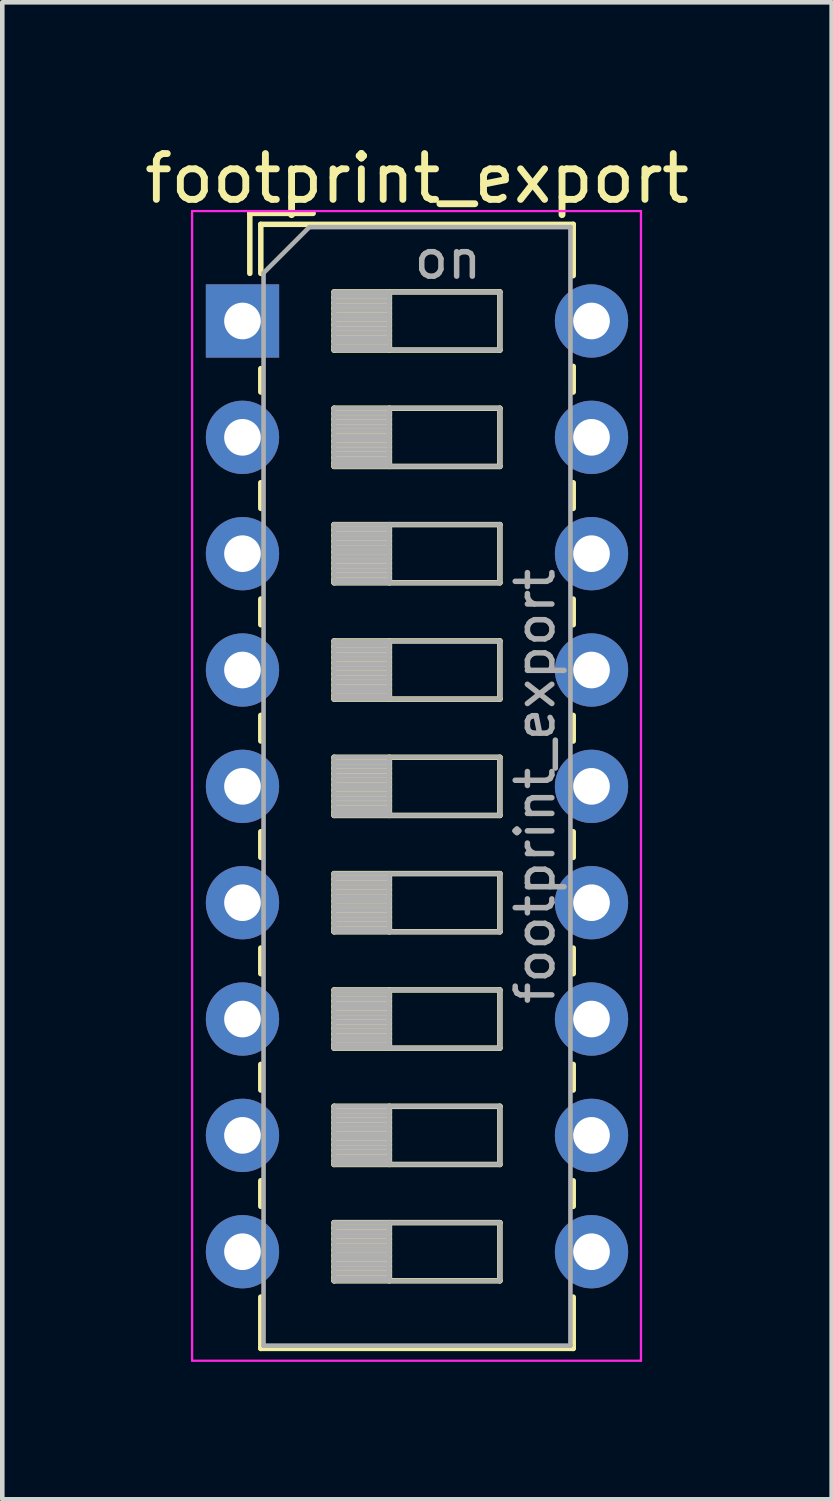
<source format=kicad_pcb>
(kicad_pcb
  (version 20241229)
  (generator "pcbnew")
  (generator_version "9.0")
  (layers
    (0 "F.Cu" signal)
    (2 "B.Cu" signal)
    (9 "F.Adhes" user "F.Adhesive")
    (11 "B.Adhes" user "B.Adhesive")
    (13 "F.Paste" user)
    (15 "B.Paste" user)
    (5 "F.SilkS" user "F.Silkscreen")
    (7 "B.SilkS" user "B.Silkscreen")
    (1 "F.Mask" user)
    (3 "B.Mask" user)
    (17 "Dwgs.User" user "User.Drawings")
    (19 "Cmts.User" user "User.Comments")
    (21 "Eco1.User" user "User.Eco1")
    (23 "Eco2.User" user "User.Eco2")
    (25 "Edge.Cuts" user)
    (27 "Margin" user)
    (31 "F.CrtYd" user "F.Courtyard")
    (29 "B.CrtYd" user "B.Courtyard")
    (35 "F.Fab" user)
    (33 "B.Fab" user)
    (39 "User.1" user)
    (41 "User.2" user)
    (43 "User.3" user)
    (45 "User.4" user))
  (footprint "footprint_export"
    (layer "F.Cu")
    (at 2.244 3.958)
    (property "Reference" "footprint_export" (at 3.81 -3.11 0) (layer "F.SilkS") (effects (font (size 1 1) (thickness 0.15))))
    (attr through_hole)
    (fp_line (start 0.16 -2.35) (end 0.16 -1.04) (stroke (width 0.12) (type solid)) (layer "F.SilkS"))
    (fp_line (start 0.16 -2.35) (end 1.543 -2.35) (stroke (width 0.12) (type solid)) (layer "F.SilkS"))
    (fp_line (start 0.4 -2.11) (end 0.4 -1.04) (stroke (width 0.12) (type solid)) (layer "F.SilkS"))
    (fp_line (start 0.4 -2.11) (end 7.221 -2.11) (stroke (width 0.12) (type solid)) (layer "F.SilkS"))
    (fp_line (start 0.4 1.04) (end 0.4 1.551) (stroke (width 0.12) (type solid)) (layer "F.SilkS"))
    (fp_line (start 0.4 3.53) (end 0.4 4.091) (stroke (width 0.12) (type solid)) (layer "F.SilkS"))
    (fp_line (start 0.4 6.07) (end 0.4 6.631) (stroke (width 0.12) (type solid)) (layer "F.SilkS"))
    (fp_line (start 0.4 8.61) (end 0.4 9.17) (stroke (width 0.12) (type solid)) (layer "F.SilkS"))
    (fp_line (start 0.4 11.15) (end 0.4 11.71) (stroke (width 0.12) (type solid)) (layer "F.SilkS"))
    (fp_line (start 0.4 13.69) (end 0.4 14.25) (stroke (width 0.12) (type solid)) (layer "F.SilkS"))
    (fp_line (start 0.4 16.23) (end 0.4 16.79) (stroke (width 0.12) (type solid)) (layer "F.SilkS"))
    (fp_line (start 0.4 18.77) (end 0.4 19.33) (stroke (width 0.12) (type solid)) (layer "F.SilkS"))
    (fp_line (start 0.4 21.31) (end 0.4 22.431) (stroke (width 0.12) (type solid)) (layer "F.SilkS"))
    (fp_line (start 0.4 22.431) (end 7.221 22.431) (stroke (width 0.12) (type solid)) (layer "F.SilkS"))
    (fp_line (start 2 -0.635) (end 2 0.635) (stroke (width 0.12) (type solid)) (layer "F.SilkS"))
    (fp_line (start 2 -0.515) (end 3.207 -0.515) (stroke (width 0.12) (type solid)) (layer "F.SilkS"))
    (fp_line (start 2 -0.395) (end 3.207 -0.395) (stroke (width 0.12) (type solid)) (layer "F.SilkS"))
    (fp_line (start 2 -0.275) (end 3.207 -0.275) (stroke (width 0.12) (type solid)) (layer "F.SilkS"))
    (fp_line (start 2 -0.155) (end 3.207 -0.155) (stroke (width 0.12) (type solid)) (layer "F.SilkS"))
    (fp_line (start 2 -0.035) (end 3.207 -0.035) (stroke (width 0.12) (type solid)) (layer "F.SilkS"))
    (fp_line (start 2 0.085) (end 3.207 0.085) (stroke (width 0.12) (type solid)) (layer "F.SilkS"))
    (fp_line (start 2 0.205) (end 3.207 0.205) (stroke (width 0.12) (type solid)) (layer "F.SilkS"))
    (fp_line (start 2 0.325) (end 3.207 0.325) (stroke (width 0.12) (type solid)) (layer "F.SilkS"))
    (fp_line (start 2 0.445) (end 3.207 0.445) (stroke (width 0.12) (type solid)) (layer "F.SilkS"))
    (fp_line (start 2 0.565) (end 3.207 0.565) (stroke (width 0.12) (type solid)) (layer "F.SilkS"))
    (fp_line (start 2 0.635) (end 5.62 0.635) (stroke (width 0.12) (type solid)) (layer "F.SilkS"))
    (fp_line (start 2 1.905) (end 2 3.175) (stroke (width 0.12) (type solid)) (layer "F.SilkS"))
    (fp_line (start 2 2.025) (end 3.207 2.025) (stroke (width 0.12) (type solid)) (layer "F.SilkS"))
    (fp_line (start 2 2.145) (end 3.207 2.145) (stroke (width 0.12) (type solid)) (layer "F.SilkS"))
    (fp_line (start 2 2.265) (end 3.207 2.265) (stroke (width 0.12) (type solid)) (layer "F.SilkS"))
    (fp_line (start 2 2.385) (end 3.207 2.385) (stroke (width 0.12) (type solid)) (layer "F.SilkS"))
    (fp_line (start 2 2.505) (end 3.207 2.505) (stroke (width 0.12) (type solid)) (layer "F.SilkS"))
    (fp_line (start 2 2.625) (end 3.207 2.625) (stroke (width 0.12) (type solid)) (layer "F.SilkS"))
    (fp_line (start 2 2.745) (end 3.207 2.745) (stroke (width 0.12) (type solid)) (layer "F.SilkS"))
    (fp_line (start 2 2.865) (end 3.207 2.865) (stroke (width 0.12) (type solid)) (layer "F.SilkS"))
    (fp_line (start 2 2.985) (end 3.207 2.985) (stroke (width 0.12) (type solid)) (layer "F.SilkS"))
    (fp_line (start 2 3.105) (end 3.207 3.105) (stroke (width 0.12) (type solid)) (layer "F.SilkS"))
    (fp_line (start 2 3.175) (end 5.62 3.175) (stroke (width 0.12) (type solid)) (layer "F.SilkS"))
    (fp_line (start 2 4.445) (end 2 5.715) (stroke (width 0.12) (type solid)) (layer "F.SilkS"))
    (fp_line (start 2 4.565) (end 3.207 4.565) (stroke (width 0.12) (type solid)) (layer "F.SilkS"))
    (fp_line (start 2 4.685) (end 3.207 4.685) (stroke (width 0.12) (type solid)) (layer "F.SilkS"))
    (fp_line (start 2 4.805) (end 3.207 4.805) (stroke (width 0.12) (type solid)) (layer "F.SilkS"))
    (fp_line (start 2 4.925) (end 3.207 4.925) (stroke (width 0.12) (type solid)) (layer "F.SilkS"))
    (fp_line (start 2 5.045) (end 3.207 5.045) (stroke (width 0.12) (type solid)) (layer "F.SilkS"))
    (fp_line (start 2 5.165) (end 3.207 5.165) (stroke (width 0.12) (type solid)) (layer "F.SilkS"))
    (fp_line (start 2 5.285) (end 3.207 5.285) (stroke (width 0.12) (type solid)) (layer "F.SilkS"))
    (fp_line (start 2 5.405) (end 3.207 5.405) (stroke (width 0.12) (type solid)) (layer "F.SilkS"))
    (fp_line (start 2 5.525) (end 3.207 5.525) (stroke (width 0.12) (type solid)) (layer "F.SilkS"))
    (fp_line (start 2 5.645) (end 3.207 5.645) (stroke (width 0.12) (type solid)) (layer "F.SilkS"))
    (fp_line (start 2 5.715) (end 5.62 5.715) (stroke (width 0.12) (type solid)) (layer "F.SilkS"))
    (fp_line (start 2 6.985) (end 2 8.255) (stroke (width 0.12) (type solid)) (layer "F.SilkS"))
    (fp_line (start 2 7.105) (end 3.207 7.105) (stroke (width 0.12) (type solid)) (layer "F.SilkS"))
    (fp_line (start 2 7.225) (end 3.207 7.225) (stroke (width 0.12) (type solid)) (layer "F.SilkS"))
    (fp_line (start 2 7.345) (end 3.207 7.345) (stroke (width 0.12) (type solid)) (layer "F.SilkS"))
    (fp_line (start 2 7.465) (end 3.207 7.465) (stroke (width 0.12) (type solid)) (layer "F.SilkS"))
    (fp_line (start 2 7.585) (end 3.207 7.585) (stroke (width 0.12) (type solid)) (layer "F.SilkS"))
    (fp_line (start 2 7.705) (end 3.207 7.705) (stroke (width 0.12) (type solid)) (layer "F.SilkS"))
    (fp_line (start 2 7.825) (end 3.207 7.825) (stroke (width 0.12) (type solid)) (layer "F.SilkS"))
    (fp_line (start 2 7.945) (end 3.207 7.945) (stroke (width 0.12) (type solid)) (layer "F.SilkS"))
    (fp_line (start 2 8.065) (end 3.207 8.065) (stroke (width 0.12) (type solid)) (layer "F.SilkS"))
    (fp_line (start 2 8.185) (end 3.207 8.185) (stroke (width 0.12) (type solid)) (layer "F.SilkS"))
    (fp_line (start 2 8.255) (end 5.62 8.255) (stroke (width 0.12) (type solid)) (layer "F.SilkS"))
    (fp_line (start 2 9.525) (end 2 10.795) (stroke (width 0.12) (type solid)) (layer "F.SilkS"))
    (fp_line (start 2 9.645) (end 3.207 9.645) (stroke (width 0.12) (type solid)) (layer "F.SilkS"))
    (fp_line (start 2 9.765) (end 3.207 9.765) (stroke (width 0.12) (type solid)) (layer "F.SilkS"))
    (fp_line (start 2 9.885) (end 3.207 9.885) (stroke (width 0.12) (type solid)) (layer "F.SilkS"))
    (fp_line (start 2 10.005) (end 3.207 10.005) (stroke (width 0.12) (type solid)) (layer "F.SilkS"))
    (fp_line (start 2 10.125) (end 3.207 10.125) (stroke (width 0.12) (type solid)) (layer "F.SilkS"))
    (fp_line (start 2 10.245) (end 3.207 10.245) (stroke (width 0.12) (type solid)) (layer "F.SilkS"))
    (fp_line (start 2 10.365) (end 3.207 10.365) (stroke (width 0.12) (type solid)) (layer "F.SilkS"))
    (fp_line (start 2 10.485) (end 3.207 10.485) (stroke (width 0.12) (type solid)) (layer "F.SilkS"))
    (fp_line (start 2 10.605) (end 3.207 10.605) (stroke (width 0.12) (type solid)) (layer "F.SilkS"))
    (fp_line (start 2 10.725) (end 3.207 10.725) (stroke (width 0.12) (type solid)) (layer "F.SilkS"))
    (fp_line (start 2 10.795) (end 5.62 10.795) (stroke (width 0.12) (type solid)) (layer "F.SilkS"))
    (fp_line (start 2 12.065) (end 2 13.335) (stroke (width 0.12) (type solid)) (layer "F.SilkS"))
    (fp_line (start 2 12.185) (end 3.207 12.185) (stroke (width 0.12) (type solid)) (layer "F.SilkS"))
    (fp_line (start 2 12.305) (end 3.207 12.305) (stroke (width 0.12) (type solid)) (layer "F.SilkS"))
    (fp_line (start 2 12.425) (end 3.207 12.425) (stroke (width 0.12) (type solid)) (layer "F.SilkS"))
    (fp_line (start 2 12.545) (end 3.207 12.545) (stroke (width 0.12) (type solid)) (layer "F.SilkS"))
    (fp_line (start 2 12.665) (end 3.207 12.665) (stroke (width 0.12) (type solid)) (layer "F.SilkS"))
    (fp_line (start 2 12.785) (end 3.207 12.785) (stroke (width 0.12) (type solid)) (layer "F.SilkS"))
    (fp_line (start 2 12.905) (end 3.207 12.905) (stroke (width 0.12) (type solid)) (layer "F.SilkS"))
    (fp_line (start 2 13.025) (end 3.207 13.025) (stroke (width 0.12) (type solid)) (layer "F.SilkS"))
    (fp_line (start 2 13.145) (end 3.207 13.145) (stroke (width 0.12) (type solid)) (layer "F.SilkS"))
    (fp_line (start 2 13.265) (end 3.207 13.265) (stroke (width 0.12) (type solid)) (layer "F.SilkS"))
    (fp_line (start 2 13.335) (end 5.62 13.335) (stroke (width 0.12) (type solid)) (layer "F.SilkS"))
    (fp_line (start 2 14.605) (end 2 15.875) (stroke (width 0.12) (type solid)) (layer "F.SilkS"))
    (fp_line (start 2 14.725) (end 3.207 14.725) (stroke (width 0.12) (type solid)) (layer "F.SilkS"))
    (fp_line (start 2 14.845) (end 3.207 14.845) (stroke (width 0.12) (type solid)) (layer "F.SilkS"))
    (fp_line (start 2 14.965) (end 3.207 14.965) (stroke (width 0.12) (type solid)) (layer "F.SilkS"))
    (fp_line (start 2 15.085) (end 3.207 15.085) (stroke (width 0.12) (type solid)) (layer "F.SilkS"))
    (fp_line (start 2 15.205) (end 3.207 15.205) (stroke (width 0.12) (type solid)) (layer "F.SilkS"))
    (fp_line (start 2 15.325) (end 3.207 15.325) (stroke (width 0.12) (type solid)) (layer "F.SilkS"))
    (fp_line (start 2 15.445) (end 3.207 15.445) (stroke (width 0.12) (type solid)) (layer "F.SilkS"))
    (fp_line (start 2 15.565) (end 3.207 15.565) (stroke (width 0.12) (type solid)) (layer "F.SilkS"))
    (fp_line (start 2 15.685) (end 3.207 15.685) (stroke (width 0.12) (type solid)) (layer "F.SilkS"))
    (fp_line (start 2 15.805) (end 3.207 15.805) (stroke (width 0.12) (type solid)) (layer "F.SilkS"))
    (fp_line (start 2 15.875) (end 5.62 15.875) (stroke (width 0.12) (type solid)) (layer "F.SilkS"))
    (fp_line (start 2 17.145) (end 2 18.415) (stroke (width 0.12) (type solid)) (layer "F.SilkS"))
    (fp_line (start 2 17.265) (end 3.207 17.265) (stroke (width 0.12) (type solid)) (layer "F.SilkS"))
    (fp_line (start 2 17.385) (end 3.207 17.385) (stroke (width 0.12) (type solid)) (layer "F.SilkS"))
    (fp_line (start 2 17.505) (end 3.207 17.505) (stroke (width 0.12) (type solid)) (layer "F.SilkS"))
    (fp_line (start 2 17.625) (end 3.207 17.625) (stroke (width 0.12) (type solid)) (layer "F.SilkS"))
    (fp_line (start 2 17.745) (end 3.207 17.745) (stroke (width 0.12) (type solid)) (layer "F.SilkS"))
    (fp_line (start 2 17.865) (end 3.207 17.865) (stroke (width 0.12) (type solid)) (layer "F.SilkS"))
    (fp_line (start 2 17.985) (end 3.207 17.985) (stroke (width 0.12) (type solid)) (layer "F.SilkS"))
    (fp_line (start 2 18.105) (end 3.207 18.105) (stroke (width 0.12) (type solid)) (layer "F.SilkS"))
    (fp_line (start 2 18.225) (end 3.207 18.225) (stroke (width 0.12) (type solid)) (layer "F.SilkS"))
    (fp_line (start 2 18.345) (end 3.207 18.345) (stroke (width 0.12) (type solid)) (layer "F.SilkS"))
    (fp_line (start 2 18.415) (end 5.62 18.415) (stroke (width 0.12) (type solid)) (layer "F.SilkS"))
    (fp_line (start 2 19.685) (end 2 20.955) (stroke (width 0.12) (type solid)) (layer "F.SilkS"))
    (fp_line (start 2 19.805) (end 3.207 19.805) (stroke (width 0.12) (type solid)) (layer "F.SilkS"))
    (fp_line (start 2 19.925) (end 3.207 19.925) (stroke (width 0.12) (type solid)) (layer "F.SilkS"))
    (fp_line (start 2 20.045) (end 3.207 20.045) (stroke (width 0.12) (type solid)) (layer "F.SilkS"))
    (fp_line (start 2 20.165) (end 3.207 20.165) (stroke (width 0.12) (type solid)) (layer "F.SilkS"))
    (fp_line (start 2 20.285) (end 3.207 20.285) (stroke (width 0.12) (type solid)) (layer "F.SilkS"))
    (fp_line (start 2 20.405) (end 3.207 20.405) (stroke (width 0.12) (type solid)) (layer "F.SilkS"))
    (fp_line (start 2 20.525) (end 3.207 20.525) (stroke (width 0.12) (type solid)) (layer "F.SilkS"))
    (fp_line (start 2 20.645) (end 3.207 20.645) (stroke (width 0.12) (type solid)) (layer "F.SilkS"))
    (fp_line (start 2 20.765) (end 3.207 20.765) (stroke (width 0.12) (type solid)) (layer "F.SilkS"))
    (fp_line (start 2 20.885) (end 3.207 20.885) (stroke (width 0.12) (type solid)) (layer "F.SilkS"))
    (fp_line (start 2 20.955) (end 5.62 20.955) (stroke (width 0.12) (type solid)) (layer "F.SilkS"))
    (fp_line (start 3.207 -0.635) (end 3.207 0.635) (stroke (width 0.12) (type solid)) (layer "F.SilkS"))
    (fp_line (start 3.207 1.905) (end 3.207 3.175) (stroke (width 0.12) (type solid)) (layer "F.SilkS"))
    (fp_line (start 3.207 4.445) (end 3.207 5.715) (stroke (width 0.12) (type solid)) (layer "F.SilkS"))
    (fp_line (start 3.207 6.985) (end 3.207 8.255) (stroke (width 0.12) (type solid)) (layer "F.SilkS"))
    (fp_line (start 3.207 9.525) (end 3.207 10.795) (stroke (width 0.12) (type solid)) (layer "F.SilkS"))
    (fp_line (start 3.207 12.065) (end 3.207 13.335) (stroke (width 0.12) (type solid)) (layer "F.SilkS"))
    (fp_line (start 3.207 14.605) (end 3.207 15.875) (stroke (width 0.12) (type solid)) (layer "F.SilkS"))
    (fp_line (start 3.207 17.145) (end 3.207 18.415) (stroke (width 0.12) (type solid)) (layer "F.SilkS"))
    (fp_line (start 3.207 19.685) (end 3.207 20.955) (stroke (width 0.12) (type solid)) (layer "F.SilkS"))
    (fp_line (start 5.62 -0.635) (end 2 -0.635) (stroke (width 0.12) (type solid)) (layer "F.SilkS"))
    (fp_line (start 5.62 0.635) (end 5.62 -0.635) (stroke (width 0.12) (type solid)) (layer "F.SilkS"))
    (fp_line (start 5.62 1.905) (end 2 1.905) (stroke (width 0.12) (type solid)) (layer "F.SilkS"))
    (fp_line (start 5.62 3.175) (end 5.62 1.905) (stroke (width 0.12) (type solid)) (layer "F.SilkS"))
    (fp_line (start 5.62 4.445) (end 2 4.445) (stroke (width 0.12) (type solid)) (layer "F.SilkS"))
    (fp_line (start 5.62 5.715) (end 5.62 4.445) (stroke (width 0.12) (type solid)) (layer "F.SilkS"))
    (fp_line (start 5.62 6.985) (end 2 6.985) (stroke (width 0.12) (type solid)) (layer "F.SilkS"))
    (fp_line (start 5.62 8.255) (end 5.62 6.985) (stroke (width 0.12) (type solid)) (layer "F.SilkS"))
    (fp_line (start 5.62 9.525) (end 2 9.525) (stroke (width 0.12) (type solid)) (layer "F.SilkS"))
    (fp_line (start 5.62 10.795) (end 5.62 9.525) (stroke (width 0.12) (type solid)) (layer "F.SilkS"))
    (fp_line (start 5.62 12.065) (end 2 12.065) (stroke (width 0.12) (type solid)) (layer "F.SilkS"))
    (fp_line (start 5.62 13.335) (end 5.62 12.065) (stroke (width 0.12) (type solid)) (layer "F.SilkS"))
    (fp_line (start 5.62 14.605) (end 2 14.605) (stroke (width 0.12) (type solid)) (layer "F.SilkS"))
    (fp_line (start 5.62 15.875) (end 5.62 14.605) (stroke (width 0.12) (type solid)) (layer "F.SilkS"))
    (fp_line (start 5.62 17.145) (end 2 17.145) (stroke (width 0.12) (type solid)) (layer "F.SilkS"))
    (fp_line (start 5.62 18.415) (end 5.62 17.145) (stroke (width 0.12) (type solid)) (layer "F.SilkS"))
    (fp_line (start 5.62 19.685) (end 2 19.685) (stroke (width 0.12) (type solid)) (layer "F.SilkS"))
    (fp_line (start 5.62 20.955) (end 5.62 19.685) (stroke (width 0.12) (type solid)) (layer "F.SilkS"))
    (fp_line (start 7.221 -2.11) (end 7.221 -0.99) (stroke (width 0.12) (type solid)) (layer "F.SilkS"))
    (fp_line (start 7.221 0.991) (end 7.221 1.551) (stroke (width 0.12) (type solid)) (layer "F.SilkS"))
    (fp_line (start 7.221 3.531) (end 7.221 4.091) (stroke (width 0.12) (type solid)) (layer "F.SilkS"))
    (fp_line (start 7.221 6.071) (end 7.221 6.631) (stroke (width 0.12) (type solid)) (layer "F.SilkS"))
    (fp_line (start 7.221 8.611) (end 7.221 9.171) (stroke (width 0.12) (type solid)) (layer "F.SilkS"))
    (fp_line (start 7.221 11.151) (end 7.221 11.711) (stroke (width 0.12) (type solid)) (layer "F.SilkS"))
    (fp_line (start 7.221 13.691) (end 7.221 14.251) (stroke (width 0.12) (type solid)) (layer "F.SilkS"))
    (fp_line (start 7.221 16.231) (end 7.221 16.79) (stroke (width 0.12) (type solid)) (layer "F.SilkS"))
    (fp_line (start 7.221 18.771) (end 7.221 19.33) (stroke (width 0.12) (type solid)) (layer "F.SilkS"))
    (fp_line (start 7.221 21.311) (end 7.221 22.431) (stroke (width 0.12) (type solid)) (layer "F.SilkS"))
    (fp_line (start -1.1 -2.4) (end -1.1 22.7) (stroke (width 0.05) (type solid)) (layer "F.CrtYd"))
    (fp_line (start -1.1 22.7) (end 8.7 22.7) (stroke (width 0.05) (type solid)) (layer "F.CrtYd"))
    (fp_line (start 8.7 -2.4) (end -1.1 -2.4) (stroke (width 0.05) (type solid)) (layer "F.CrtYd"))
    (fp_line (start 8.7 22.7) (end 8.7 -2.4) (stroke (width 0.05) (type solid)) (layer "F.CrtYd"))
    (fp_line (start 0.46 -1.05) (end 1.46 -2.05) (stroke (width 0.1) (type solid)) (layer "F.Fab"))
    (fp_line (start 0.46 22.37) (end 0.46 -1.05) (stroke (width 0.1) (type solid)) (layer "F.Fab"))
    (fp_line (start 1.46 -2.05) (end 7.16 -2.05) (stroke (width 0.1) (type solid)) (layer "F.Fab"))
    (fp_line (start 2 -0.635) (end 2 0.635) (stroke (width 0.1) (type solid)) (layer "F.Fab"))
    (fp_line (start 2 -0.535) (end 3.207 -0.535) (stroke (width 0.1) (type solid)) (layer "F.Fab"))
    (fp_line (start 2 -0.435) (end 3.207 -0.435) (stroke (width 0.1) (type solid)) (layer "F.Fab"))
    (fp_line (start 2 -0.335) (end 3.207 -0.335) (stroke (width 0.1) (type solid)) (layer "F.Fab"))
    (fp_line (start 2 -0.235) (end 3.207 -0.235) (stroke (width 0.1) (type solid)) (layer "F.Fab"))
    (fp_line (start 2 -0.135) (end 3.207 -0.135) (stroke (width 0.1) (type solid)) (layer "F.Fab"))
    (fp_line (start 2 -0.035) (end 3.207 -0.035) (stroke (width 0.1) (type solid)) (layer "F.Fab"))
    (fp_line (start 2 0.065) (end 3.207 0.065) (stroke (width 0.1) (type solid)) (layer "F.Fab"))
    (fp_line (start 2 0.165) (end 3.207 0.165) (stroke (width 0.1) (type solid)) (layer "F.Fab"))
    (fp_line (start 2 0.265) (end 3.207 0.265) (stroke (width 0.1) (type solid)) (layer "F.Fab"))
    (fp_line (start 2 0.365) (end 3.207 0.365) (stroke (width 0.1) (type solid)) (layer "F.Fab"))
    (fp_line (start 2 0.465) (end 3.207 0.465) (stroke (width 0.1) (type solid)) (layer "F.Fab"))
    (fp_line (start 2 0.565) (end 3.207 0.565) (stroke (width 0.1) (type solid)) (layer "F.Fab"))
    (fp_line (start 2 0.635) (end 5.62 0.635) (stroke (width 0.1) (type solid)) (layer "F.Fab"))
    (fp_line (start 2 1.905) (end 2 3.175) (stroke (width 0.1) (type solid)) (layer "F.Fab"))
    (fp_line (start 2 2.005) (end 3.207 2.005) (stroke (width 0.1) (type solid)) (layer "F.Fab"))
    (fp_line (start 2 2.105) (end 3.207 2.105) (stroke (width 0.1) (type solid)) (layer "F.Fab"))
    (fp_line (start 2 2.205) (end 3.207 2.205) (stroke (width 0.1) (type solid)) (layer "F.Fab"))
    (fp_line (start 2 2.305) (end 3.207 2.305) (stroke (width 0.1) (type solid)) (layer "F.Fab"))
    (fp_line (start 2 2.405) (end 3.207 2.405) (stroke (width 0.1) (type solid)) (layer "F.Fab"))
    (fp_line (start 2 2.505) (end 3.207 2.505) (stroke (width 0.1) (type solid)) (layer "F.Fab"))
    (fp_line (start 2 2.605) (end 3.207 2.605) (stroke (width 0.1) (type solid)) (layer "F.Fab"))
    (fp_line (start 2 2.705) (end 3.207 2.705) (stroke (width 0.1) (type solid)) (layer "F.Fab"))
    (fp_line (start 2 2.805) (end 3.207 2.805) (stroke (width 0.1) (type solid)) (layer "F.Fab"))
    (fp_line (start 2 2.905) (end 3.207 2.905) (stroke (width 0.1) (type solid)) (layer "F.Fab"))
    (fp_line (start 2 3.005) (end 3.207 3.005) (stroke (width 0.1) (type solid)) (layer "F.Fab"))
    (fp_line (start 2 3.105) (end 3.207 3.105) (stroke (width 0.1) (type solid)) (layer "F.Fab"))
    (fp_line (start 2 3.175) (end 5.62 3.175) (stroke (width 0.1) (type solid)) (layer "F.Fab"))
    (fp_line (start 2 4.445) (end 2 5.715) (stroke (width 0.1) (type solid)) (layer "F.Fab"))
    (fp_line (start 2 4.545) (end 3.207 4.545) (stroke (width 0.1) (type solid)) (layer "F.Fab"))
    (fp_line (start 2 4.645) (end 3.207 4.645) (stroke (width 0.1) (type solid)) (layer "F.Fab"))
    (fp_line (start 2 4.745) (end 3.207 4.745) (stroke (width 0.1) (type solid)) (layer "F.Fab"))
    (fp_line (start 2 4.845) (end 3.207 4.845) (stroke (width 0.1) (type solid)) (layer "F.Fab"))
    (fp_line (start 2 4.945) (end 3.207 4.945) (stroke (width 0.1) (type solid)) (layer "F.Fab"))
    (fp_line (start 2 5.045) (end 3.207 5.045) (stroke (width 0.1) (type solid)) (layer "F.Fab"))
    (fp_line (start 2 5.145) (end 3.207 5.145) (stroke (width 0.1) (type solid)) (layer "F.Fab"))
    (fp_line (start 2 5.245) (end 3.207 5.245) (stroke (width 0.1) (type solid)) (layer "F.Fab"))
    (fp_line (start 2 5.345) (end 3.207 5.345) (stroke (width 0.1) (type solid)) (layer "F.Fab"))
    (fp_line (start 2 5.445) (end 3.207 5.445) (stroke (width 0.1) (type solid)) (layer "F.Fab"))
    (fp_line (start 2 5.545) (end 3.207 5.545) (stroke (width 0.1) (type solid)) (layer "F.Fab"))
    (fp_line (start 2 5.645) (end 3.207 5.645) (stroke (width 0.1) (type solid)) (layer "F.Fab"))
    (fp_line (start 2 5.715) (end 5.62 5.715) (stroke (width 0.1) (type solid)) (layer "F.Fab"))
    (fp_line (start 2 6.985) (end 2 8.255) (stroke (width 0.1) (type solid)) (layer "F.Fab"))
    (fp_line (start 2 7.085) (end 3.207 7.085) (stroke (width 0.1) (type solid)) (layer "F.Fab"))
    (fp_line (start 2 7.185) (end 3.207 7.185) (stroke (width 0.1) (type solid)) (layer "F.Fab"))
    (fp_line (start 2 7.285) (end 3.207 7.285) (stroke (width 0.1) (type solid)) (layer "F.Fab"))
    (fp_line (start 2 7.385) (end 3.207 7.385) (stroke (width 0.1) (type solid)) (layer "F.Fab"))
    (fp_line (start 2 7.485) (end 3.207 7.485) (stroke (width 0.1) (type solid)) (layer "F.Fab"))
    (fp_line (start 2 7.585) (end 3.207 7.585) (stroke (width 0.1) (type solid)) (layer "F.Fab"))
    (fp_line (start 2 7.685) (end 3.207 7.685) (stroke (width 0.1) (type solid)) (layer "F.Fab"))
    (fp_line (start 2 7.785) (end 3.207 7.785) (stroke (width 0.1) (type solid)) (layer "F.Fab"))
    (fp_line (start 2 7.885) (end 3.207 7.885) (stroke (width 0.1) (type solid)) (layer "F.Fab"))
    (fp_line (start 2 7.985) (end 3.207 7.985) (stroke (width 0.1) (type solid)) (layer "F.Fab"))
    (fp_line (start 2 8.085) (end 3.207 8.085) (stroke (width 0.1) (type solid)) (layer "F.Fab"))
    (fp_line (start 2 8.185) (end 3.207 8.185) (stroke (width 0.1) (type solid)) (layer "F.Fab"))
    (fp_line (start 2 8.255) (end 5.62 8.255) (stroke (width 0.1) (type solid)) (layer "F.Fab"))
    (fp_line (start 2 9.525) (end 2 10.795) (stroke (width 0.1) (type solid)) (layer "F.Fab"))
    (fp_line (start 2 9.625) (end 3.207 9.625) (stroke (width 0.1) (type solid)) (layer "F.Fab"))
    (fp_line (start 2 9.725) (end 3.207 9.725) (stroke (width 0.1) (type solid)) (layer "F.Fab"))
    (fp_line (start 2 9.825) (end 3.207 9.825) (stroke (width 0.1) (type solid)) (layer "F.Fab"))
    (fp_line (start 2 9.925) (end 3.207 9.925) (stroke (width 0.1) (type solid)) (layer "F.Fab"))
    (fp_line (start 2 10.025) (end 3.207 10.025) (stroke (width 0.1) (type solid)) (layer "F.Fab"))
    (fp_line (start 2 10.125) (end 3.207 10.125) (stroke (width 0.1) (type solid)) (layer "F.Fab"))
    (fp_line (start 2 10.225) (end 3.207 10.225) (stroke (width 0.1) (type solid)) (layer "F.Fab"))
    (fp_line (start 2 10.325) (end 3.207 10.325) (stroke (width 0.1) (type solid)) (layer "F.Fab"))
    (fp_line (start 2 10.425) (end 3.207 10.425) (stroke (width 0.1) (type solid)) (layer "F.Fab"))
    (fp_line (start 2 10.525) (end 3.207 10.525) (stroke (width 0.1) (type solid)) (layer "F.Fab"))
    (fp_line (start 2 10.625) (end 3.207 10.625) (stroke (width 0.1) (type solid)) (layer "F.Fab"))
    (fp_line (start 2 10.725) (end 3.207 10.725) (stroke (width 0.1) (type solid)) (layer "F.Fab"))
    (fp_line (start 2 10.795) (end 5.62 10.795) (stroke (width 0.1) (type solid)) (layer "F.Fab"))
    (fp_line (start 2 12.065) (end 2 13.335) (stroke (width 0.1) (type solid)) (layer "F.Fab"))
    (fp_line (start 2 12.165) (end 3.207 12.165) (stroke (width 0.1) (type solid)) (layer "F.Fab"))
    (fp_line (start 2 12.265) (end 3.207 12.265) (stroke (width 0.1) (type solid)) (layer "F.Fab"))
    (fp_line (start 2 12.365) (end 3.207 12.365) (stroke (width 0.1) (type solid)) (layer "F.Fab"))
    (fp_line (start 2 12.465) (end 3.207 12.465) (stroke (width 0.1) (type solid)) (layer "F.Fab"))
    (fp_line (start 2 12.565) (end 3.207 12.565) (stroke (width 0.1) (type solid)) (layer "F.Fab"))
    (fp_line (start 2 12.665) (end 3.207 12.665) (stroke (width 0.1) (type solid)) (layer "F.Fab"))
    (fp_line (start 2 12.765) (end 3.207 12.765) (stroke (width 0.1) (type solid)) (layer "F.Fab"))
    (fp_line (start 2 12.865) (end 3.207 12.865) (stroke (width 0.1) (type solid)) (layer "F.Fab"))
    (fp_line (start 2 12.965) (end 3.207 12.965) (stroke (width 0.1) (type solid)) (layer "F.Fab"))
    (fp_line (start 2 13.065) (end 3.207 13.065) (stroke (width 0.1) (type solid)) (layer "F.Fab"))
    (fp_line (start 2 13.165) (end 3.207 13.165) (stroke (width 0.1) (type solid)) (layer "F.Fab"))
    (fp_line (start 2 13.265) (end 3.207 13.265) (stroke (width 0.1) (type solid)) (layer "F.Fab"))
    (fp_line (start 2 13.335) (end 5.62 13.335) (stroke (width 0.1) (type solid)) (layer "F.Fab"))
    (fp_line (start 2 14.605) (end 2 15.875) (stroke (width 0.1) (type solid)) (layer "F.Fab"))
    (fp_line (start 2 14.705) (end 3.207 14.705) (stroke (width 0.1) (type solid)) (layer "F.Fab"))
    (fp_line (start 2 14.805) (end 3.207 14.805) (stroke (width 0.1) (type solid)) (layer "F.Fab"))
    (fp_line (start 2 14.905) (end 3.207 14.905) (stroke (width 0.1) (type solid)) (layer "F.Fab"))
    (fp_line (start 2 15.005) (end 3.207 15.005) (stroke (width 0.1) (type solid)) (layer "F.Fab"))
    (fp_line (start 2 15.105) (end 3.207 15.105) (stroke (width 0.1) (type solid)) (layer "F.Fab"))
    (fp_line (start 2 15.205) (end 3.207 15.205) (stroke (width 0.1) (type solid)) (layer "F.Fab"))
    (fp_line (start 2 15.305) (end 3.207 15.305) (stroke (width 0.1) (type solid)) (layer "F.Fab"))
    (fp_line (start 2 15.405) (end 3.207 15.405) (stroke (width 0.1) (type solid)) (layer "F.Fab"))
    (fp_line (start 2 15.505) (end 3.207 15.505) (stroke (width 0.1) (type solid)) (layer "F.Fab"))
    (fp_line (start 2 15.605) (end 3.207 15.605) (stroke (width 0.1) (type solid)) (layer "F.Fab"))
    (fp_line (start 2 15.705) (end 3.207 15.705) (stroke (width 0.1) (type solid)) (layer "F.Fab"))
    (fp_line (start 2 15.805) (end 3.207 15.805) (stroke (width 0.1) (type solid)) (layer "F.Fab"))
    (fp_line (start 2 15.875) (end 5.62 15.875) (stroke (width 0.1) (type solid)) (layer "F.Fab"))
    (fp_line (start 2 17.145) (end 2 18.415) (stroke (width 0.1) (type solid)) (layer "F.Fab"))
    (fp_line (start 2 17.245) (end 3.207 17.245) (stroke (width 0.1) (type solid)) (layer "F.Fab"))
    (fp_line (start 2 17.345) (end 3.207 17.345) (stroke (width 0.1) (type solid)) (layer "F.Fab"))
    (fp_line (start 2 17.445) (end 3.207 17.445) (stroke (width 0.1) (type solid)) (layer "F.Fab"))
    (fp_line (start 2 17.545) (end 3.207 17.545) (stroke (width 0.1) (type solid)) (layer "F.Fab"))
    (fp_line (start 2 17.645) (end 3.207 17.645) (stroke (width 0.1) (type solid)) (layer "F.Fab"))
    (fp_line (start 2 17.745) (end 3.207 17.745) (stroke (width 0.1) (type solid)) (layer "F.Fab"))
    (fp_line (start 2 17.845) (end 3.207 17.845) (stroke (width 0.1) (type solid)) (layer "F.Fab"))
    (fp_line (start 2 17.945) (end 3.207 17.945) (stroke (width 0.1) (type solid)) (layer "F.Fab"))
    (fp_line (start 2 18.045) (end 3.207 18.045) (stroke (width 0.1) (type solid)) (layer "F.Fab"))
    (fp_line (start 2 18.145) (end 3.207 18.145) (stroke (width 0.1) (type solid)) (layer "F.Fab"))
    (fp_line (start 2 18.245) (end 3.207 18.245) (stroke (width 0.1) (type solid)) (layer "F.Fab"))
    (fp_line (start 2 18.345) (end 3.207 18.345) (stroke (width 0.1) (type solid)) (layer "F.Fab"))
    (fp_line (start 2 18.415) (end 5.62 18.415) (stroke (width 0.1) (type solid)) (layer "F.Fab"))
    (fp_line (start 2 19.685) (end 2 20.955) (stroke (width 0.1) (type solid)) (layer "F.Fab"))
    (fp_line (start 2 19.785) (end 3.207 19.785) (stroke (width 0.1) (type solid)) (layer "F.Fab"))
    (fp_line (start 2 19.885) (end 3.207 19.885) (stroke (width 0.1) (type solid)) (layer "F.Fab"))
    (fp_line (start 2 19.985) (end 3.207 19.985) (stroke (width 0.1) (type solid)) (layer "F.Fab"))
    (fp_line (start 2 20.085) (end 3.207 20.085) (stroke (width 0.1) (type solid)) (layer "F.Fab"))
    (fp_line (start 2 20.185) (end 3.207 20.185) (stroke (width 0.1) (type solid)) (layer "F.Fab"))
    (fp_line (start 2 20.285) (end 3.207 20.285) (stroke (width 0.1) (type solid)) (layer "F.Fab"))
    (fp_line (start 2 20.385) (end 3.207 20.385) (stroke (width 0.1) (type solid)) (layer "F.Fab"))
    (fp_line (start 2 20.485) (end 3.207 20.485) (stroke (width 0.1) (type solid)) (layer "F.Fab"))
    (fp_line (start 2 20.585) (end 3.207 20.585) (stroke (width 0.1) (type solid)) (layer "F.Fab"))
    (fp_line (start 2 20.685) (end 3.207 20.685) (stroke (width 0.1) (type solid)) (layer "F.Fab"))
    (fp_line (start 2 20.785) (end 3.207 20.785) (stroke (width 0.1) (type solid)) (layer "F.Fab"))
    (fp_line (start 2 20.885) (end 3.207 20.885) (stroke (width 0.1) (type solid)) (layer "F.Fab"))
    (fp_line (start 2 20.955) (end 5.62 20.955) (stroke (width 0.1) (type solid)) (layer "F.Fab"))
    (fp_line (start 3.207 -0.635) (end 3.207 0.635) (stroke (width 0.1) (type solid)) (layer "F.Fab"))
    (fp_line (start 3.207 1.905) (end 3.207 3.175) (stroke (width 0.1) (type solid)) (layer "F.Fab"))
    (fp_line (start 3.207 4.445) (end 3.207 5.715) (stroke (width 0.1) (type solid)) (layer "F.Fab"))
    (fp_line (start 3.207 6.985) (end 3.207 8.255) (stroke (width 0.1) (type solid)) (layer "F.Fab"))
    (fp_line (start 3.207 9.525) (end 3.207 10.795) (stroke (width 0.1) (type solid)) (layer "F.Fab"))
    (fp_line (start 3.207 12.065) (end 3.207 13.335) (stroke (width 0.1) (type solid)) (layer "F.Fab"))
    (fp_line (start 3.207 14.605) (end 3.207 15.875) (stroke (width 0.1) (type solid)) (layer "F.Fab"))
    (fp_line (start 3.207 17.145) (end 3.207 18.415) (stroke (width 0.1) (type solid)) (layer "F.Fab"))
    (fp_line (start 3.207 19.685) (end 3.207 20.955) (stroke (width 0.1) (type solid)) (layer "F.Fab"))
    (fp_line (start 5.62 -0.635) (end 2 -0.635) (stroke (width 0.1) (type solid)) (layer "F.Fab"))
    (fp_line (start 5.62 0.635) (end 5.62 -0.635) (stroke (width 0.1) (type solid)) (layer "F.Fab"))
    (fp_line (start 5.62 1.905) (end 2 1.905) (stroke (width 0.1) (type solid)) (layer "F.Fab"))
    (fp_line (start 5.62 3.175) (end 5.62 1.905) (stroke (width 0.1) (type solid)) (layer "F.Fab"))
    (fp_line (start 5.62 4.445) (end 2 4.445) (stroke (width 0.1) (type solid)) (layer "F.Fab"))
    (fp_line (start 5.62 5.715) (end 5.62 4.445) (stroke (width 0.1) (type solid)) (layer "F.Fab"))
    (fp_line (start 5.62 6.985) (end 2 6.985) (stroke (width 0.1) (type solid)) (layer "F.Fab"))
    (fp_line (start 5.62 8.255) (end 5.62 6.985) (stroke (width 0.1) (type solid)) (layer "F.Fab"))
    (fp_line (start 5.62 9.525) (end 2 9.525) (stroke (width 0.1) (type solid)) (layer "F.Fab"))
    (fp_line (start 5.62 10.795) (end 5.62 9.525) (stroke (width 0.1) (type solid)) (layer "F.Fab"))
    (fp_line (start 5.62 12.065) (end 2 12.065) (stroke (width 0.1) (type solid)) (layer "F.Fab"))
    (fp_line (start 5.62 13.335) (end 5.62 12.065) (stroke (width 0.1) (type solid)) (layer "F.Fab"))
    (fp_line (start 5.62 14.605) (end 2 14.605) (stroke (width 0.1) (type solid)) (layer "F.Fab"))
    (fp_line (start 5.62 15.875) (end 5.62 14.605) (stroke (width 0.1) (type solid)) (layer "F.Fab"))
    (fp_line (start 5.62 17.145) (end 2 17.145) (stroke (width 0.1) (type solid)) (layer "F.Fab"))
    (fp_line (start 5.62 18.415) (end 5.62 17.145) (stroke (width 0.1) (type solid)) (layer "F.Fab"))
    (fp_line (start 5.62 19.685) (end 2 19.685) (stroke (width 0.1) (type solid)) (layer "F.Fab"))
    (fp_line (start 5.62 20.955) (end 5.62 19.685) (stroke (width 0.1) (type solid)) (layer "F.Fab"))
    (fp_line (start 7.16 -2.05) (end 7.16 22.37) (stroke (width 0.1) (type solid)) (layer "F.Fab"))
    (fp_line (start 7.16 22.37) (end 0.46 22.37) (stroke (width 0.1) (type solid)) (layer "F.Fab"))
    (fp_text user "on" (at 4.485 -1.343 0) (layer "F.Fab") (effects (font (size 0.8 0.8) (thickness 0.12))))
    (fp_text user "${REFERENCE}" (at 6.39 10.16 90) (layer "F.Fab") (effects (font (size 0.8 0.8) (thickness 0.12))))
    (pad "1" thru_hole rect (at 0 0) (size 1.6 1.6) (drill 0.8) (layers "*.Cu" "*.Mask"))
    (pad "2" thru_hole oval (at 0 2.54) (size 1.6 1.6) (drill 0.8) (layers "*.Cu" "*.Mask"))
    (pad "3" thru_hole oval (at 0 5.08) (size 1.6 1.6) (drill 0.8) (layers "*.Cu" "*.Mask"))
    (pad "4" thru_hole oval (at 0 7.62) (size 1.6 1.6) (drill 0.8) (layers "*.Cu" "*.Mask"))
    (pad "5" thru_hole oval (at 0 10.16) (size 1.6 1.6) (drill 0.8) (layers "*.Cu" "*.Mask"))
    (pad "6" thru_hole oval (at 0 12.7) (size 1.6 1.6) (drill 0.8) (layers "*.Cu" "*.Mask"))
    (pad "7" thru_hole oval (at 0 15.24) (size 1.6 1.6) (drill 0.8) (layers "*.Cu" "*.Mask"))
    (pad "8" thru_hole oval (at 0 17.78) (size 1.6 1.6) (drill 0.8) (layers "*.Cu" "*.Mask"))
    (pad "9" thru_hole oval (at 0 20.32) (size 1.6 1.6) (drill 0.8) (layers "*.Cu" "*.Mask"))
    (pad "10" thru_hole oval (at 7.62 20.32) (size 1.6 1.6) (drill 0.8) (layers "*.Cu" "*.Mask"))
    (pad "11" thru_hole oval (at 7.62 17.78) (size 1.6 1.6) (drill 0.8) (layers "*.Cu" "*.Mask"))
    (pad "12" thru_hole oval (at 7.62 15.24) (size 1.6 1.6) (drill 0.8) (layers "*.Cu" "*.Mask"))
    (pad "13" thru_hole oval (at 7.62 12.7) (size 1.6 1.6) (drill 0.8) (layers "*.Cu" "*.Mask"))
    (pad "14" thru_hole oval (at 7.62 10.16) (size 1.6 1.6) (drill 0.8) (layers "*.Cu" "*.Mask"))
    (pad "15" thru_hole oval (at 7.62 7.62) (size 1.6 1.6) (drill 0.8) (layers "*.Cu" "*.Mask"))
    (pad "16" thru_hole oval (at 7.62 5.08) (size 1.6 1.6) (drill 0.8) (layers "*.Cu" "*.Mask"))
    (pad "17" thru_hole oval (at 7.62 2.54) (size 1.6 1.6) (drill 0.8) (layers "*.Cu" "*.Mask"))
    (pad "18" thru_hole oval (at 7.62 0) (size 1.6 1.6) (drill 0.8) (layers "*.Cu" "*.Mask")))
  (gr_rect
    (start -3 -3)
    (end 15.107 29.683)
    (stroke (width 0.1) (type default))
    (fill no)
    (layer "Edge.Cuts")))
</source>
